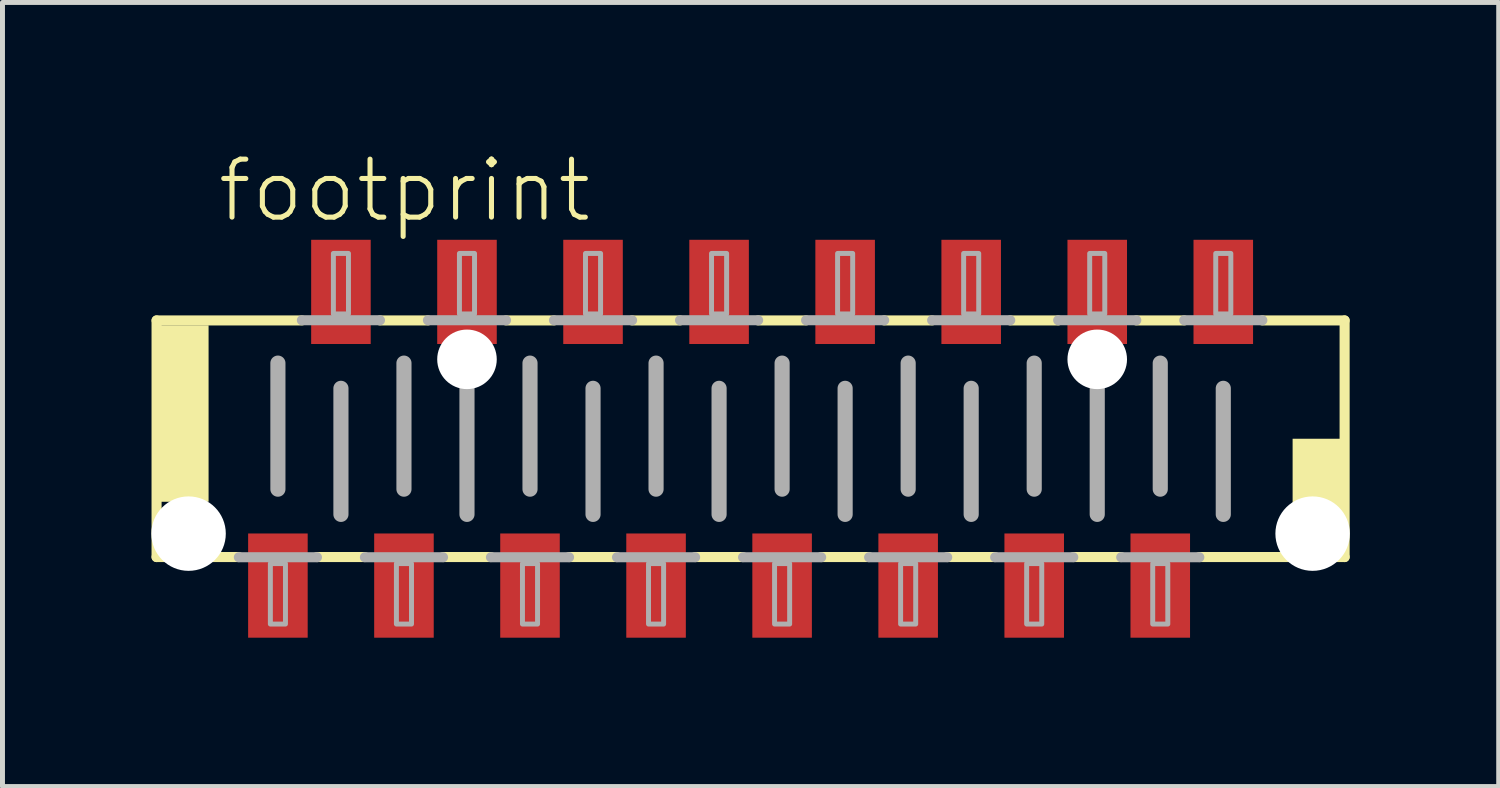
<source format=kicad_pcb>
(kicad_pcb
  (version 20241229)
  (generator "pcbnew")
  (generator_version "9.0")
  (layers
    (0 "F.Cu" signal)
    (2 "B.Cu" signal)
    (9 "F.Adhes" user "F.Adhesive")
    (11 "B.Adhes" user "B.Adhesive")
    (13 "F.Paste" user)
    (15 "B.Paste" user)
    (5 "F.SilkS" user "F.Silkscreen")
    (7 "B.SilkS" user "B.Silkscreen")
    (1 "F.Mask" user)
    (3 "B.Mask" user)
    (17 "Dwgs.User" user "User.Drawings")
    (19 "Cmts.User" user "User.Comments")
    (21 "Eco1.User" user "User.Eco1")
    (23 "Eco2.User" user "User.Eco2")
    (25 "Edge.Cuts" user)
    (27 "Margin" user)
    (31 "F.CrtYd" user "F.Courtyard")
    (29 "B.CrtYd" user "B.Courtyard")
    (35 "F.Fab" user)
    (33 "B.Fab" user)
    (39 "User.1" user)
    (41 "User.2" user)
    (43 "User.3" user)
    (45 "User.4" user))
  (footprint "footprint"
    (layer "F.Cu")
    (at 12.075 5.791)
    (property "Reference" "footprint" (at -10.795 -4.318 0) (layer "F.SilkS") (effects (font (size 1.168 1.168) (thickness 0.102)) (justify left bottom)))
    (fp_line (start -11.97 -2.384) (end -9.042 -2.384) (stroke (width 0.203) (type solid)) (layer "F.SilkS"))
    (fp_line (start -11.97 2.384) (end -11.97 -2.384) (stroke (width 0.203) (type solid)) (layer "F.SilkS"))
    (fp_line (start -10.312 2.384) (end -11.97 2.384) (stroke (width 0.203) (type solid)) (layer "F.SilkS"))
    (fp_line (start -7.772 2.384) (end -8.738 2.384) (stroke (width 0.203) (type solid)) (layer "F.SilkS"))
    (fp_line (start -7.468 -2.384) (end -6.502 -2.384) (stroke (width 0.203) (type solid)) (layer "F.SilkS"))
    (fp_line (start -5.232 2.384) (end -6.198 2.384) (stroke (width 0.203) (type solid)) (layer "F.SilkS"))
    (fp_line (start -4.928 -2.384) (end -3.962 -2.384) (stroke (width 0.203) (type solid)) (layer "F.SilkS"))
    (fp_line (start -2.692 2.384) (end -3.658 2.384) (stroke (width 0.203) (type solid)) (layer "F.SilkS"))
    (fp_line (start -2.388 -2.384) (end -1.422 -2.384) (stroke (width 0.203) (type solid)) (layer "F.SilkS"))
    (fp_line (start -0.152 2.384) (end -1.118 2.384) (stroke (width 0.203) (type solid)) (layer "F.SilkS"))
    (fp_line (start 0.152 -2.384) (end 1.118 -2.384) (stroke (width 0.203) (type solid)) (layer "F.SilkS"))
    (fp_line (start 2.388 2.384) (end 1.422 2.384) (stroke (width 0.203) (type solid)) (layer "F.SilkS"))
    (fp_line (start 2.692 -2.384) (end 3.658 -2.384) (stroke (width 0.203) (type solid)) (layer "F.SilkS"))
    (fp_line (start 4.928 2.384) (end 3.962 2.384) (stroke (width 0.203) (type solid)) (layer "F.SilkS"))
    (fp_line (start 5.232 -2.384) (end 6.198 -2.384) (stroke (width 0.203) (type solid)) (layer "F.SilkS"))
    (fp_line (start 7.468 2.384) (end 6.502 2.384) (stroke (width 0.203) (type solid)) (layer "F.SilkS"))
    (fp_line (start 7.772 -2.384) (end 8.738 -2.384) (stroke (width 0.203) (type solid)) (layer "F.SilkS"))
    (fp_line (start 10.312 -2.384) (end 11.97 -2.384) (stroke (width 0.203) (type solid)) (layer "F.SilkS"))
    (fp_line (start 11.97 -2.384) (end 11.97 2.384) (stroke (width 0.203) (type solid)) (layer "F.SilkS"))
    (fp_line (start 11.97 2.384) (end 9.042 2.384) (stroke (width 0.203) (type solid)) (layer "F.SilkS"))
    (fp_poly (pts (xy -11.938 1.27) (xy -10.922 1.27) (xy -10.922 -2.286) (xy -11.938 -2.286)) (stroke (width 0) (type solid)) (fill yes) (layer "F.SilkS"))
    (fp_poly (pts (xy 10.922 2.286) (xy 11.938 2.286) (xy 11.938 0) (xy 10.922 0)) (stroke (width 0) (type solid)) (fill yes) (layer "F.SilkS"))
    (fp_line (start -9.525 -1.524) (end -9.525 1.016) (stroke (width 0.305) (type solid)) (layer "F.Fab"))
    (fp_line (start -9.042 -2.388) (end -7.468 -2.388) (stroke (width 0.203) (type solid)) (layer "F.Fab"))
    (fp_line (start -8.738 2.388) (end -10.312 2.388) (stroke (width 0.203) (type solid)) (layer "F.Fab"))
    (fp_line (start -8.255 -1.016) (end -8.255 1.524) (stroke (width 0.305) (type solid)) (layer "F.Fab"))
    (fp_line (start -6.985 -1.524) (end -6.985 1.016) (stroke (width 0.305) (type solid)) (layer "F.Fab"))
    (fp_line (start -6.502 -2.388) (end -4.928 -2.388) (stroke (width 0.203) (type solid)) (layer "F.Fab"))
    (fp_line (start -6.198 2.388) (end -7.772 2.388) (stroke (width 0.203) (type solid)) (layer "F.Fab"))
    (fp_line (start -5.715 -1.016) (end -5.715 1.524) (stroke (width 0.305) (type solid)) (layer "F.Fab"))
    (fp_line (start -4.445 -1.524) (end -4.445 1.016) (stroke (width 0.305) (type solid)) (layer "F.Fab"))
    (fp_line (start -3.962 -2.388) (end -2.388 -2.388) (stroke (width 0.203) (type solid)) (layer "F.Fab"))
    (fp_line (start -3.658 2.388) (end -5.232 2.388) (stroke (width 0.203) (type solid)) (layer "F.Fab"))
    (fp_line (start -3.175 -1.016) (end -3.175 1.524) (stroke (width 0.305) (type solid)) (layer "F.Fab"))
    (fp_line (start -1.905 -1.524) (end -1.905 1.016) (stroke (width 0.305) (type solid)) (layer "F.Fab"))
    (fp_line (start -1.422 -2.388) (end 0.152 -2.388) (stroke (width 0.203) (type solid)) (layer "F.Fab"))
    (fp_line (start -1.118 2.388) (end -2.692 2.388) (stroke (width 0.203) (type solid)) (layer "F.Fab"))
    (fp_line (start -0.635 -1.016) (end -0.635 1.524) (stroke (width 0.305) (type solid)) (layer "F.Fab"))
    (fp_line (start 0.635 -1.524) (end 0.635 1.016) (stroke (width 0.305) (type solid)) (layer "F.Fab"))
    (fp_line (start 1.118 -2.388) (end 2.692 -2.388) (stroke (width 0.203) (type solid)) (layer "F.Fab"))
    (fp_line (start 1.422 2.388) (end -0.152 2.388) (stroke (width 0.203) (type solid)) (layer "F.Fab"))
    (fp_line (start 1.905 -1.016) (end 1.905 1.524) (stroke (width 0.305) (type solid)) (layer "F.Fab"))
    (fp_line (start 3.175 -1.524) (end 3.175 1.016) (stroke (width 0.305) (type solid)) (layer "F.Fab"))
    (fp_line (start 3.658 -2.388) (end 5.232 -2.388) (stroke (width 0.203) (type solid)) (layer "F.Fab"))
    (fp_line (start 3.962 2.388) (end 2.388 2.388) (stroke (width 0.203) (type solid)) (layer "F.Fab"))
    (fp_line (start 4.445 -1.016) (end 4.445 1.524) (stroke (width 0.305) (type solid)) (layer "F.Fab"))
    (fp_line (start 5.715 -1.524) (end 5.715 1.016) (stroke (width 0.305) (type solid)) (layer "F.Fab"))
    (fp_line (start 6.198 -2.388) (end 7.772 -2.388) (stroke (width 0.203) (type solid)) (layer "F.Fab"))
    (fp_line (start 6.502 2.388) (end 4.928 2.388) (stroke (width 0.203) (type solid)) (layer "F.Fab"))
    (fp_line (start 6.985 -1.016) (end 6.985 1.524) (stroke (width 0.305) (type solid)) (layer "F.Fab"))
    (fp_line (start 8.255 -1.524) (end 8.255 1.016) (stroke (width 0.305) (type solid)) (layer "F.Fab"))
    (fp_line (start 8.738 -2.388) (end 10.312 -2.388) (stroke (width 0.203) (type solid)) (layer "F.Fab"))
    (fp_line (start 9.042 2.388) (end 7.468 2.388) (stroke (width 0.203) (type solid)) (layer "F.Fab"))
    (fp_line (start 9.525 -1.016) (end 9.525 1.524) (stroke (width 0.305) (type solid)) (layer "F.Fab"))
    (fp_poly (pts (xy -9.677 3.734) (xy -9.373 3.734) (xy -9.373 2.515) (xy -9.677 2.515)) (stroke (width 0.1) (type solid)) (fill no) (layer "F.Fab"))
    (fp_poly (pts (xy -8.407 -2.515) (xy -8.103 -2.515) (xy -8.103 -3.734) (xy -8.407 -3.734)) (stroke (width 0.1) (type solid)) (fill no) (layer "F.Fab"))
    (fp_poly (pts (xy -7.137 3.734) (xy -6.833 3.734) (xy -6.833 2.515) (xy -7.137 2.515)) (stroke (width 0.1) (type solid)) (fill no) (layer "F.Fab"))
    (fp_poly (pts (xy -5.867 -2.515) (xy -5.563 -2.515) (xy -5.563 -3.734) (xy -5.867 -3.734)) (stroke (width 0.1) (type solid)) (fill no) (layer "F.Fab"))
    (fp_poly (pts (xy -4.597 3.734) (xy -4.293 3.734) (xy -4.293 2.515) (xy -4.597 2.515)) (stroke (width 0.1) (type solid)) (fill no) (layer "F.Fab"))
    (fp_poly (pts (xy -3.327 -2.515) (xy -3.023 -2.515) (xy -3.023 -3.734) (xy -3.327 -3.734)) (stroke (width 0.1) (type solid)) (fill no) (layer "F.Fab"))
    (fp_poly (pts (xy -2.057 3.734) (xy -1.753 3.734) (xy -1.753 2.515) (xy -2.057 2.515)) (stroke (width 0.1) (type solid)) (fill no) (layer "F.Fab"))
    (fp_poly (pts (xy -0.787 -2.515) (xy -0.483 -2.515) (xy -0.483 -3.734) (xy -0.787 -3.734)) (stroke (width 0.1) (type solid)) (fill no) (layer "F.Fab"))
    (fp_poly (pts (xy 0.483 3.734) (xy 0.787 3.734) (xy 0.787 2.515) (xy 0.483 2.515)) (stroke (width 0.1) (type solid)) (fill no) (layer "F.Fab"))
    (fp_poly (pts (xy 1.753 -2.515) (xy 2.057 -2.515) (xy 2.057 -3.734) (xy 1.753 -3.734)) (stroke (width 0.1) (type solid)) (fill no) (layer "F.Fab"))
    (fp_poly (pts (xy 3.023 3.734) (xy 3.327 3.734) (xy 3.327 2.515) (xy 3.023 2.515)) (stroke (width 0.1) (type solid)) (fill no) (layer "F.Fab"))
    (fp_poly (pts (xy 4.293 -2.515) (xy 4.597 -2.515) (xy 4.597 -3.734) (xy 4.293 -3.734)) (stroke (width 0.1) (type solid)) (fill no) (layer "F.Fab"))
    (fp_poly (pts (xy 5.563 3.734) (xy 5.867 3.734) (xy 5.867 2.515) (xy 5.563 2.515)) (stroke (width 0.1) (type solid)) (fill no) (layer "F.Fab"))
    (fp_poly (pts (xy 6.833 -2.515) (xy 7.137 -2.515) (xy 7.137 -3.734) (xy 6.833 -3.734)) (stroke (width 0.1) (type solid)) (fill no) (layer "F.Fab"))
    (fp_poly (pts (xy 8.103 3.734) (xy 8.407 3.734) (xy 8.407 2.515) (xy 8.103 2.515)) (stroke (width 0.1) (type solid)) (fill no) (layer "F.Fab"))
    (fp_poly (pts (xy 9.373 -2.515) (xy 9.677 -2.515) (xy 9.677 -3.734) (xy 9.373 -3.734)) (stroke (width 0.1) (type solid)) (fill no) (layer "F.Fab"))
    (pad "" np_thru_hole circle (at -11.325 1.912) (size 1.5 1.5) (drill 1.5) (layers "*.Cu" "*.Mask"))
    (pad "" np_thru_hole circle (at -5.715 -1.6) (size 1.2 1.2) (drill 1.2) (layers "*.Cu" "*.Mask"))
    (pad "" np_thru_hole circle (at 6.985 -1.6) (size 1.2 1.2) (drill 1.2) (layers "*.Cu" "*.Mask"))
    (pad "" np_thru_hole circle (at 11.325 1.912) (size 1.5 1.5) (drill 1.5) (layers "*.Cu" "*.Mask"))
    (pad "1" smd rect (at -9.525 2.959) (size 1.2 2.1) (layers "F.Cu" "F.Mask" "F.Paste"))
    (pad "2" smd rect (at -8.255 -2.959) (size 1.2 2.1) (layers "F.Cu" "F.Mask" "F.Paste"))
    (pad "3" smd rect (at -6.985 2.959) (size 1.2 2.1) (layers "F.Cu" "F.Mask" "F.Paste"))
    (pad "4" smd rect (at -5.715 -2.959) (size 1.2 2.1) (layers "F.Cu" "F.Mask" "F.Paste"))
    (pad "5" smd rect (at -4.445 2.959) (size 1.2 2.1) (layers "F.Cu" "F.Mask" "F.Paste"))
    (pad "6" smd rect (at -3.175 -2.959) (size 1.2 2.1) (layers "F.Cu" "F.Mask" "F.Paste"))
    (pad "7" smd rect (at -1.905 2.959) (size 1.2 2.1) (layers "F.Cu" "F.Mask" "F.Paste"))
    (pad "8" smd rect (at -0.635 -2.959) (size 1.2 2.1) (layers "F.Cu" "F.Mask" "F.Paste"))
    (pad "9" smd rect (at 0.635 2.959) (size 1.2 2.1) (layers "F.Cu" "F.Mask" "F.Paste"))
    (pad "10" smd rect (at 1.905 -2.959) (size 1.2 2.1) (layers "F.Cu" "F.Mask" "F.Paste"))
    (pad "11" smd rect (at 3.175 2.959) (size 1.2 2.1) (layers "F.Cu" "F.Mask" "F.Paste"))
    (pad "12" smd rect (at 4.445 -2.959) (size 1.2 2.1) (layers "F.Cu" "F.Mask" "F.Paste"))
    (pad "13" smd rect (at 5.715 2.959) (size 1.2 2.1) (layers "F.Cu" "F.Mask" "F.Paste"))
    (pad "14" smd rect (at 6.985 -2.959) (size 1.2 2.1) (layers "F.Cu" "F.Mask" "F.Paste"))
    (pad "15" smd rect (at 8.255 2.959) (size 1.2 2.1) (layers "F.Cu" "F.Mask" "F.Paste"))
    (pad "16" smd rect (at 9.525 -2.959) (size 1.2 2.1) (layers "F.Cu" "F.Mask" "F.Paste")))
  (gr_rect
    (start -3 -3)
    (end 27.15 12.8)
    (stroke (width 0.1) (type default))
    (fill no)
    (layer "Edge.Cuts")))
</source>
